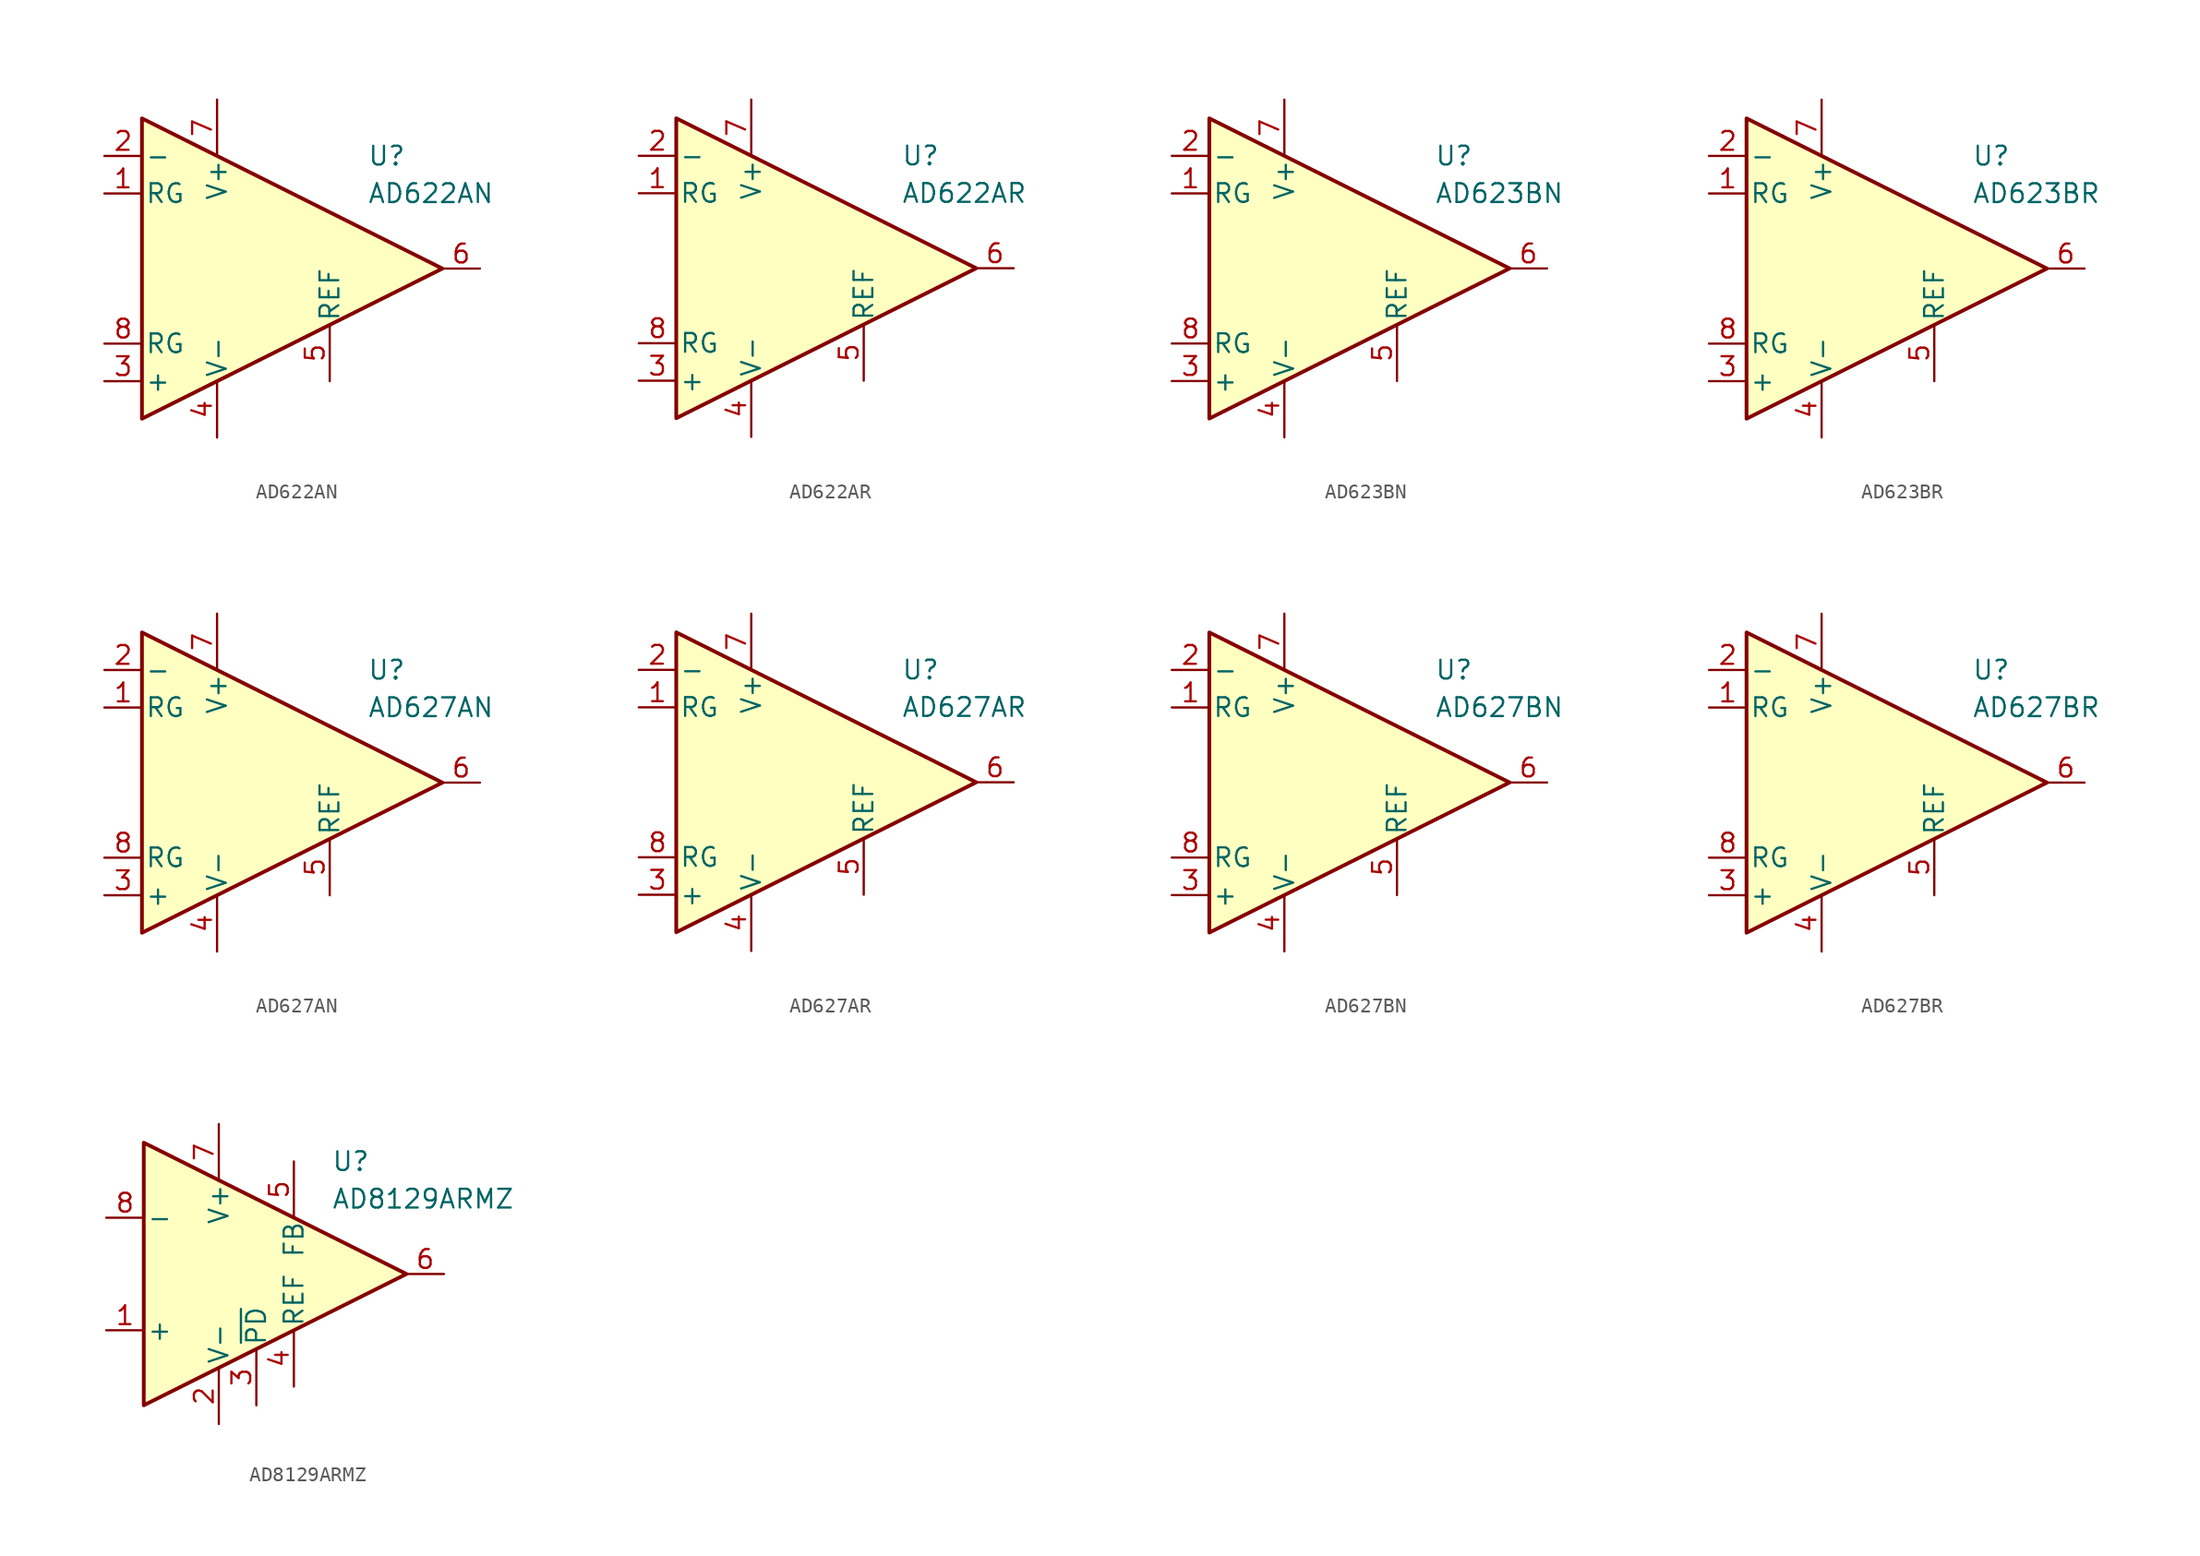
<source format=kicad_sym>
(kicad_symbol_lib
  (version 20231120)
  (generator "kicad_symbol_editor")
  (generator_version "8.0")
  (symbol "AD622AN"
    (pin_names
      (offset 0.2))
    (property "Reference" "U"
      (at 6.35 7.62 0)
      (effects (font (size 1.27 1.27)) (justify left)))
    (property "Value" "AD622AN"
      (at 6.35 5.08 0)
      (effects (font (size 1.27 1.27)) (justify left)))
    (symbol "AD622AN_0_1"
      (polyline (pts (xy -8.89 10.16) (xy -8.89 -10.16) (xy 11.43 0) (xy -8.89 10.16)) (stroke (width 0.254) (type default)) (fill (type background))))
    (symbol "AD622AN_1_1"
      (pin passive line (at -11.43 5.08 0) (length 2.54) (name "RG" (effects (font (size 1.27 1.27)))) (number "1" (effects (font (size 1.27 1.27)))))
      (pin input line (at -11.43 7.62 0) (length 2.54) (name "-" (effects (font (size 1.27 1.27)))) (number "2" (effects (font (size 1.27 1.27)))))
      (pin input line (at -11.43 -7.62 0) (length 2.54) (name "+" (effects (font (size 1.27 1.27)))) (number "3" (effects (font (size 1.27 1.27)))))
      (pin power_in line (at -3.81 -11.43 90) (length 3.81) (name "V-" (effects (font (size 1.27 1.27)))) (number "4" (effects (font (size 1.27 1.27)))))
      (pin input line (at 3.81 -7.62 90) (length 3.81) (name "REF" (effects (font (size 1.27 1.27)))) (number "5" (effects (font (size 1.27 1.27)))))
      (pin output line (at 13.97 0 180) (length 2.54) (name "~" (effects (font (size 1.27 1.27)))) (number "6" (effects (font (size 1.27 1.27)))))
      (pin power_in line (at -3.81 11.43 270) (length 3.81) (name "V+" (effects (font (size 1.27 1.27)))) (number "7" (effects (font (size 1.27 1.27)))))
      (pin passive line (at -11.43 -5.08 0) (length 2.54) (name "RG" (effects (font (size 1.27 1.27)))) (number "8" (effects (font (size 1.27 1.27)))))))
  (symbol "AD622AR"
    (pin_names
      (offset 0.2))
    (property "Reference" "U"
      (at 6.35 7.62 0)
      (effects (font (size 1.27 1.27)) (justify left)))
    (property "Value" "AD622AR"
      (at 6.35 5.08 0)
      (effects (font (size 1.27 1.27)) (justify left)))
    (symbol "AD622AR_0_1"
      (polyline (pts (xy -8.89 10.16) (xy -8.89 -10.16) (xy 11.43 0) (xy -8.89 10.16)) (stroke (width 0.254) (type default)) (fill (type background))))
    (symbol "AD622AR_1_1"
      (pin passive line (at -11.43 5.08 0) (length 2.54) (name "RG" (effects (font (size 1.27 1.27)))) (number "1" (effects (font (size 1.27 1.27)))))
      (pin input line (at -11.43 7.62 0) (length 2.54) (name "-" (effects (font (size 1.27 1.27)))) (number "2" (effects (font (size 1.27 1.27)))))
      (pin input line (at -11.43 -7.62 0) (length 2.54) (name "+" (effects (font (size 1.27 1.27)))) (number "3" (effects (font (size 1.27 1.27)))))
      (pin power_in line (at -3.81 -11.43 90) (length 3.81) (name "V-" (effects (font (size 1.27 1.27)))) (number "4" (effects (font (size 1.27 1.27)))))
      (pin input line (at 3.81 -7.62 90) (length 3.81) (name "REF" (effects (font (size 1.27 1.27)))) (number "5" (effects (font (size 1.27 1.27)))))
      (pin output line (at 13.97 0 180) (length 2.54) (name "~" (effects (font (size 1.27 1.27)))) (number "6" (effects (font (size 1.27 1.27)))))
      (pin power_in line (at -3.81 11.43 270) (length 3.81) (name "V+" (effects (font (size 1.27 1.27)))) (number "7" (effects (font (size 1.27 1.27)))))
      (pin passive line (at -11.43 -5.08 0) (length 2.54) (name "RG" (effects (font (size 1.27 1.27)))) (number "8" (effects (font (size 1.27 1.27)))))))
  (symbol "AD623BN"
    (pin_names
      (offset 0.2))
    (property "Reference" "U"
      (at 6.35 7.62 0)
      (effects (font (size 1.27 1.27)) (justify left)))
    (property "Value" "AD623BN"
      (at 6.35 5.08 0)
      (effects (font (size 1.27 1.27)) (justify left)))
    (symbol "AD623BN_0_1"
      (polyline (pts (xy -8.89 10.16) (xy -8.89 -10.16) (xy 11.43 0) (xy -8.89 10.16)) (stroke (width 0.254) (type default)) (fill (type background))))
    (symbol "AD623BN_1_1"
      (pin passive line (at -11.43 5.08 0) (length 2.54) (name "RG" (effects (font (size 1.27 1.27)))) (number "1" (effects (font (size 1.27 1.27)))))
      (pin input line (at -11.43 7.62 0) (length 2.54) (name "-" (effects (font (size 1.27 1.27)))) (number "2" (effects (font (size 1.27 1.27)))))
      (pin input line (at -11.43 -7.62 0) (length 2.54) (name "+" (effects (font (size 1.27 1.27)))) (number "3" (effects (font (size 1.27 1.27)))))
      (pin power_in line (at -3.81 -11.43 90) (length 3.81) (name "V-" (effects (font (size 1.27 1.27)))) (number "4" (effects (font (size 1.27 1.27)))))
      (pin input line (at 3.81 -7.62 90) (length 3.81) (name "REF" (effects (font (size 1.27 1.27)))) (number "5" (effects (font (size 1.27 1.27)))))
      (pin output line (at 13.97 0 180) (length 2.54) (name "~" (effects (font (size 1.27 1.27)))) (number "6" (effects (font (size 1.27 1.27)))))
      (pin power_in line (at -3.81 11.43 270) (length 3.81) (name "V+" (effects (font (size 1.27 1.27)))) (number "7" (effects (font (size 1.27 1.27)))))
      (pin passive line (at -11.43 -5.08 0) (length 2.54) (name "RG" (effects (font (size 1.27 1.27)))) (number "8" (effects (font (size 1.27 1.27)))))))
  (symbol "AD623BR"
    (pin_names
      (offset 0.2))
    (property "Reference" "U"
      (at 6.35 7.62 0)
      (effects (font (size 1.27 1.27)) (justify left)))
    (property "Value" "AD623BR"
      (at 6.35 5.08 0)
      (effects (font (size 1.27 1.27)) (justify left)))
    (symbol "AD623BR_0_1"
      (polyline (pts (xy -8.89 10.16) (xy -8.89 -10.16) (xy 11.43 0) (xy -8.89 10.16)) (stroke (width 0.254) (type default)) (fill (type background))))
    (symbol "AD623BR_1_1"
      (pin passive line (at -11.43 5.08 0) (length 2.54) (name "RG" (effects (font (size 1.27 1.27)))) (number "1" (effects (font (size 1.27 1.27)))))
      (pin input line (at -11.43 7.62 0) (length 2.54) (name "-" (effects (font (size 1.27 1.27)))) (number "2" (effects (font (size 1.27 1.27)))))
      (pin input line (at -11.43 -7.62 0) (length 2.54) (name "+" (effects (font (size 1.27 1.27)))) (number "3" (effects (font (size 1.27 1.27)))))
      (pin power_in line (at -3.81 -11.43 90) (length 3.81) (name "V-" (effects (font (size 1.27 1.27)))) (number "4" (effects (font (size 1.27 1.27)))))
      (pin input line (at 3.81 -7.62 90) (length 3.81) (name "REF" (effects (font (size 1.27 1.27)))) (number "5" (effects (font (size 1.27 1.27)))))
      (pin output line (at 13.97 0 180) (length 2.54) (name "~" (effects (font (size 1.27 1.27)))) (number "6" (effects (font (size 1.27 1.27)))))
      (pin power_in line (at -3.81 11.43 270) (length 3.81) (name "V+" (effects (font (size 1.27 1.27)))) (number "7" (effects (font (size 1.27 1.27)))))
      (pin passive line (at -11.43 -5.08 0) (length 2.54) (name "RG" (effects (font (size 1.27 1.27)))) (number "8" (effects (font (size 1.27 1.27)))))))
  (symbol "AD627AN"
    (pin_names
      (offset 0.2))
    (property "Reference" "U"
      (at 6.35 7.62 0)
      (effects (font (size 1.27 1.27)) (justify left)))
    (property "Value" "AD627AN"
      (at 6.35 5.08 0)
      (effects (font (size 1.27 1.27)) (justify left)))
    (symbol "AD627AN_0_1"
      (polyline (pts (xy -8.89 10.16) (xy -8.89 -10.16) (xy 11.43 0) (xy -8.89 10.16)) (stroke (width 0.254) (type default)) (fill (type background))))
    (symbol "AD627AN_1_1"
      (pin passive line (at -11.43 5.08 0) (length 2.54) (name "RG" (effects (font (size 1.27 1.27)))) (number "1" (effects (font (size 1.27 1.27)))))
      (pin input line (at -11.43 7.62 0) (length 2.54) (name "-" (effects (font (size 1.27 1.27)))) (number "2" (effects (font (size 1.27 1.27)))))
      (pin input line (at -11.43 -7.62 0) (length 2.54) (name "+" (effects (font (size 1.27 1.27)))) (number "3" (effects (font (size 1.27 1.27)))))
      (pin power_in line (at -3.81 -11.43 90) (length 3.81) (name "V-" (effects (font (size 1.27 1.27)))) (number "4" (effects (font (size 1.27 1.27)))))
      (pin input line (at 3.81 -7.62 90) (length 3.81) (name "REF" (effects (font (size 1.27 1.27)))) (number "5" (effects (font (size 1.27 1.27)))))
      (pin output line (at 13.97 0 180) (length 2.54) (name "~" (effects (font (size 1.27 1.27)))) (number "6" (effects (font (size 1.27 1.27)))))
      (pin power_in line (at -3.81 11.43 270) (length 3.81) (name "V+" (effects (font (size 1.27 1.27)))) (number "7" (effects (font (size 1.27 1.27)))))
      (pin passive line (at -11.43 -5.08 0) (length 2.54) (name "RG" (effects (font (size 1.27 1.27)))) (number "8" (effects (font (size 1.27 1.27)))))))
  (symbol "AD627AR"
    (pin_names
      (offset 0.2))
    (property "Reference" "U"
      (at 6.35 7.62 0)
      (effects (font (size 1.27 1.27)) (justify left)))
    (property "Value" "AD627AR"
      (at 6.35 5.08 0)
      (effects (font (size 1.27 1.27)) (justify left)))
    (symbol "AD627AR_0_1"
      (polyline (pts (xy -8.89 10.16) (xy -8.89 -10.16) (xy 11.43 0) (xy -8.89 10.16)) (stroke (width 0.254) (type default)) (fill (type background))))
    (symbol "AD627AR_1_1"
      (pin passive line (at -11.43 5.08 0) (length 2.54) (name "RG" (effects (font (size 1.27 1.27)))) (number "1" (effects (font (size 1.27 1.27)))))
      (pin input line (at -11.43 7.62 0) (length 2.54) (name "-" (effects (font (size 1.27 1.27)))) (number "2" (effects (font (size 1.27 1.27)))))
      (pin input line (at -11.43 -7.62 0) (length 2.54) (name "+" (effects (font (size 1.27 1.27)))) (number "3" (effects (font (size 1.27 1.27)))))
      (pin power_in line (at -3.81 -11.43 90) (length 3.81) (name "V-" (effects (font (size 1.27 1.27)))) (number "4" (effects (font (size 1.27 1.27)))))
      (pin input line (at 3.81 -7.62 90) (length 3.81) (name "REF" (effects (font (size 1.27 1.27)))) (number "5" (effects (font (size 1.27 1.27)))))
      (pin output line (at 13.97 0 180) (length 2.54) (name "~" (effects (font (size 1.27 1.27)))) (number "6" (effects (font (size 1.27 1.27)))))
      (pin power_in line (at -3.81 11.43 270) (length 3.81) (name "V+" (effects (font (size 1.27 1.27)))) (number "7" (effects (font (size 1.27 1.27)))))
      (pin passive line (at -11.43 -5.08 0) (length 2.54) (name "RG" (effects (font (size 1.27 1.27)))) (number "8" (effects (font (size 1.27 1.27)))))))
  (symbol "AD627BN"
    (pin_names
      (offset 0.2))
    (property "Reference" "U"
      (at 6.35 7.62 0)
      (effects (font (size 1.27 1.27)) (justify left)))
    (property "Value" "AD627BN"
      (at 6.35 5.08 0)
      (effects (font (size 1.27 1.27)) (justify left)))
    (symbol "AD627BN_0_1"
      (polyline (pts (xy -8.89 10.16) (xy -8.89 -10.16) (xy 11.43 0) (xy -8.89 10.16)) (stroke (width 0.254) (type default)) (fill (type background))))
    (symbol "AD627BN_1_1"
      (pin passive line (at -11.43 5.08 0) (length 2.54) (name "RG" (effects (font (size 1.27 1.27)))) (number "1" (effects (font (size 1.27 1.27)))))
      (pin input line (at -11.43 7.62 0) (length 2.54) (name "-" (effects (font (size 1.27 1.27)))) (number "2" (effects (font (size 1.27 1.27)))))
      (pin input line (at -11.43 -7.62 0) (length 2.54) (name "+" (effects (font (size 1.27 1.27)))) (number "3" (effects (font (size 1.27 1.27)))))
      (pin power_in line (at -3.81 -11.43 90) (length 3.81) (name "V-" (effects (font (size 1.27 1.27)))) (number "4" (effects (font (size 1.27 1.27)))))
      (pin input line (at 3.81 -7.62 90) (length 3.81) (name "REF" (effects (font (size 1.27 1.27)))) (number "5" (effects (font (size 1.27 1.27)))))
      (pin output line (at 13.97 0 180) (length 2.54) (name "~" (effects (font (size 1.27 1.27)))) (number "6" (effects (font (size 1.27 1.27)))))
      (pin power_in line (at -3.81 11.43 270) (length 3.81) (name "V+" (effects (font (size 1.27 1.27)))) (number "7" (effects (font (size 1.27 1.27)))))
      (pin passive line (at -11.43 -5.08 0) (length 2.54) (name "RG" (effects (font (size 1.27 1.27)))) (number "8" (effects (font (size 1.27 1.27)))))))
  (symbol "AD627BR"
    (pin_names
      (offset 0.2))
    (property "Reference" "U"
      (at 6.35 7.62 0)
      (effects (font (size 1.27 1.27)) (justify left)))
    (property "Value" "AD627BR"
      (at 6.35 5.08 0)
      (effects (font (size 1.27 1.27)) (justify left)))
    (symbol "AD627BR_0_1"
      (polyline (pts (xy -8.89 10.16) (xy -8.89 -10.16) (xy 11.43 0) (xy -8.89 10.16)) (stroke (width 0.254) (type default)) (fill (type background))))
    (symbol "AD627BR_1_1"
      (pin passive line (at -11.43 5.08 0) (length 2.54) (name "RG" (effects (font (size 1.27 1.27)))) (number "1" (effects (font (size 1.27 1.27)))))
      (pin input line (at -11.43 7.62 0) (length 2.54) (name "-" (effects (font (size 1.27 1.27)))) (number "2" (effects (font (size 1.27 1.27)))))
      (pin input line (at -11.43 -7.62 0) (length 2.54) (name "+" (effects (font (size 1.27 1.27)))) (number "3" (effects (font (size 1.27 1.27)))))
      (pin power_in line (at -3.81 -11.43 90) (length 3.81) (name "V-" (effects (font (size 1.27 1.27)))) (number "4" (effects (font (size 1.27 1.27)))))
      (pin input line (at 3.81 -7.62 90) (length 3.81) (name "REF" (effects (font (size 1.27 1.27)))) (number "5" (effects (font (size 1.27 1.27)))))
      (pin output line (at 13.97 0 180) (length 2.54) (name "~" (effects (font (size 1.27 1.27)))) (number "6" (effects (font (size 1.27 1.27)))))
      (pin power_in line (at -3.81 11.43 270) (length 3.81) (name "V+" (effects (font (size 1.27 1.27)))) (number "7" (effects (font (size 1.27 1.27)))))
      (pin passive line (at -11.43 -5.08 0) (length 2.54) (name "RG" (effects (font (size 1.27 1.27)))) (number "8" (effects (font (size 1.27 1.27)))))))
  (symbol "AD8129ARMZ"
    (pin_names
      (offset 0.2))
    (property "Reference" "U"
      (at 6.35 7.62 0)
      (effects (font (size 1.27 1.27)) (justify left)))
    (property "Value" "AD8129ARMZ"
      (at 6.35 5.08 0)
      (effects (font (size 1.27 1.27)) (justify left)))
    (symbol "AD8129ARMZ_0_1"
      (polyline (pts (xy -6.35 8.89) (xy -6.35 -8.89) (xy 11.43 0) (xy -6.35 8.89)) (stroke (width 0.254) (type default)) (fill (type background))))
    (symbol "AD8129ARMZ_1_1"
      (pin input line (at -8.89 -3.81 0) (length 2.54) (name "+" (effects (font (size 1.27 1.27)))) (number "1" (effects (font (size 1.27 1.27)))))
      (pin power_in line (at -1.27 -10.16 90) (length 3.81) (name "V-" (effects (font (size 1.27 1.27)))) (number "2" (effects (font (size 1.27 1.27)))))
      (pin input line (at 1.27 -8.89 90) (length 3.81) (name "~{PD}" (effects (font (size 1.27 1.27)))) (number "3" (effects (font (size 1.27 1.27)))))
      (pin input line (at 3.81 -7.62 90) (length 3.81) (name "REF" (effects (font (size 1.27 1.27)))) (number "4" (effects (font (size 1.27 1.27)))))
      (pin input line (at 3.81 7.62 270) (length 3.81) (name "FB" (effects (font (size 1.27 1.27)))) (number "5" (effects (font (size 1.27 1.27)))))
      (pin output line (at 13.97 0 180) (length 2.54) (name "~" (effects (font (size 1.27 1.27)))) (number "6" (effects (font (size 1.27 1.27)))))
      (pin power_in line (at -1.27 10.16 270) (length 3.81) (name "V+" (effects (font (size 1.27 1.27)))) (number "7" (effects (font (size 1.27 1.27)))))
      (pin input line (at -8.89 3.81 0) (length 2.54) (name "-" (effects (font (size 1.27 1.27)))) (number "8" (effects (font (size 1.27 1.27))))))))
</source>
